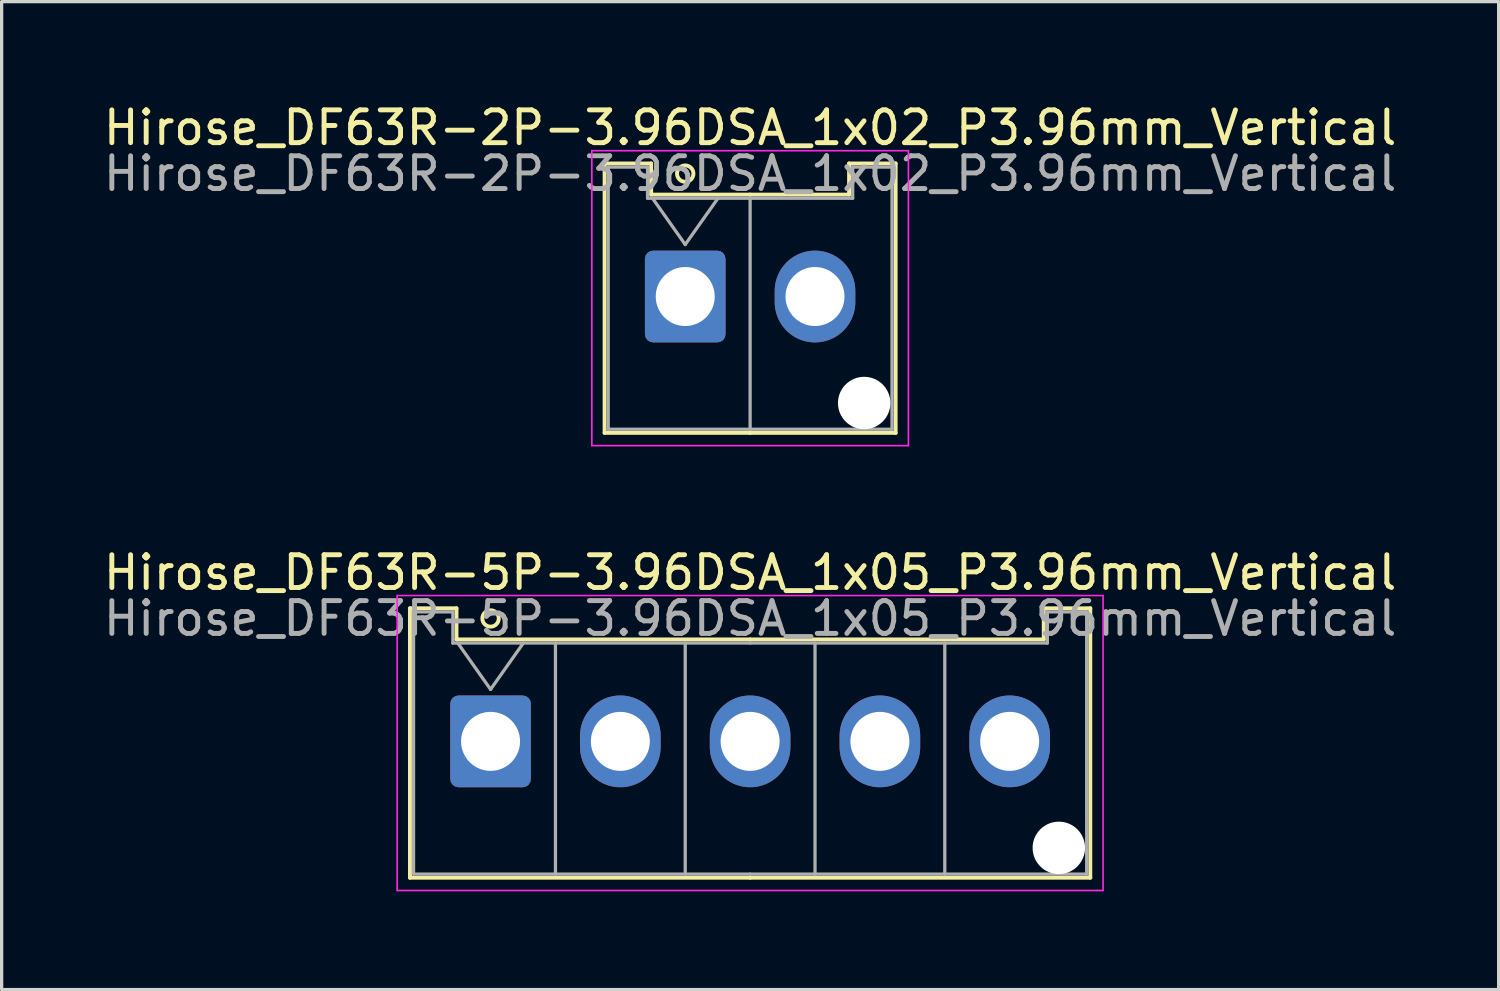
<source format=kicad_pcb>
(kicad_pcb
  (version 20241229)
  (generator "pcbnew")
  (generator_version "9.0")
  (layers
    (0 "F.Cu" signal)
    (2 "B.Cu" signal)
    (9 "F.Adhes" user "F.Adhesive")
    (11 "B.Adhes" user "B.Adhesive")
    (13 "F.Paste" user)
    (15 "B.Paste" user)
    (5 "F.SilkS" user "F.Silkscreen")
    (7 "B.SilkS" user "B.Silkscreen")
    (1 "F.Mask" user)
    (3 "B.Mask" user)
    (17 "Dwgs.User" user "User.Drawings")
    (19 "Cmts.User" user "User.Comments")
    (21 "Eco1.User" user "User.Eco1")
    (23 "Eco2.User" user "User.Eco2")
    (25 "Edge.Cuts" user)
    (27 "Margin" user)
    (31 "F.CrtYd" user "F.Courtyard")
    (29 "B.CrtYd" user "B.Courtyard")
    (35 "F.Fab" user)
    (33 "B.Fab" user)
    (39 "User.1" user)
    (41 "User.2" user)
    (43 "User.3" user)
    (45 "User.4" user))
  (footprint "Hirose_DF63R-2P-3.96DSA_1x02_P3.96mm_Vertical"
    (layer "F.Cu")
    (at 17.859 5.998)
    (property "Reference" "Hirose_DF63R-2P-3.96DSA_1x02_P3.96mm_Vertical" (at 1.98 -5.15 0) (layer "F.SilkS") (effects (font (size 1 1) (thickness 0.15))))
    (attr through_hole)
    (fp_line (start -2.46 -4.06) (end -1.04 -4.06) (stroke (width 0.12) (type solid)) (layer "F.SilkS"))
    (fp_line (start -2.46 4.16) (end -2.46 -4.06) (stroke (width 0.12) (type solid)) (layer "F.SilkS"))
    (fp_line (start -1.04 -4.06) (end -1.04 -3.11) (stroke (width 0.12) (type solid)) (layer "F.SilkS"))
    (fp_line (start -1.04 -3.11) (end 1.98 -3.11) (stroke (width 0.12) (type solid)) (layer "F.SilkS"))
    (fp_line (start 1.98 4.16) (end -2.46 4.16) (stroke (width 0.12) (type solid)) (layer "F.SilkS"))
    (fp_line (start 1.98 4.16) (end 6.42 4.16) (stroke (width 0.12) (type solid)) (layer "F.SilkS"))
    (fp_line (start 5 -4.06) (end 5 -3.11) (stroke (width 0.12) (type solid)) (layer "F.SilkS"))
    (fp_line (start 5 -3.11) (end 1.98 -3.11) (stroke (width 0.12) (type solid)) (layer "F.SilkS"))
    (fp_line (start 6.42 -4.06) (end 5 -4.06) (stroke (width 0.12) (type solid)) (layer "F.SilkS"))
    (fp_line (start 6.42 4.16) (end 6.42 -4.06) (stroke (width 0.12) (type solid)) (layer "F.SilkS"))
    (fp_circle (center 0 -3.75) (end 0.25 -3.75) (stroke (width 0.12) (type solid)) (fill no) (layer "F.SilkS"))
    (fp_line (start -2.85 -4.45) (end -2.85 4.55) (stroke (width 0.05) (type solid)) (layer "F.CrtYd"))
    (fp_line (start -2.85 4.55) (end 6.81 4.55) (stroke (width 0.05) (type solid)) (layer "F.CrtYd"))
    (fp_line (start 6.81 -4.45) (end -2.85 -4.45) (stroke (width 0.05) (type solid)) (layer "F.CrtYd"))
    (fp_line (start 6.81 4.55) (end 6.81 -4.45) (stroke (width 0.05) (type solid)) (layer "F.CrtYd"))
    (fp_line (start -2.35 -3.95) (end -1.15 -3.95) (stroke (width 0.1) (type solid)) (layer "F.Fab"))
    (fp_line (start -2.35 4.05) (end -2.35 -3.95) (stroke (width 0.1) (type solid)) (layer "F.Fab"))
    (fp_line (start -1.15 -3.95) (end -1.15 -3) (stroke (width 0.1) (type solid)) (layer "F.Fab"))
    (fp_line (start -1.15 -3) (end 1.98 -3) (stroke (width 0.1) (type solid)) (layer "F.Fab"))
    (fp_line (start -1 -3) (end 0 -1.586) (stroke (width 0.1) (type solid)) (layer "F.Fab"))
    (fp_line (start 0 -1.586) (end 1 -3) (stroke (width 0.1) (type solid)) (layer "F.Fab"))
    (fp_line (start 1.98 -3) (end 1.98 4.05) (stroke (width 0.1) (type solid)) (layer "F.Fab"))
    (fp_line (start 1.98 4.05) (end -2.35 4.05) (stroke (width 0.1) (type solid)) (layer "F.Fab"))
    (fp_line (start 1.98 4.05) (end 6.31 4.05) (stroke (width 0.1) (type solid)) (layer "F.Fab"))
    (fp_line (start 5.11 -3.95) (end 5.11 -3) (stroke (width 0.1) (type solid)) (layer "F.Fab"))
    (fp_line (start 5.11 -3) (end 1.98 -3) (stroke (width 0.1) (type solid)) (layer "F.Fab"))
    (fp_line (start 6.31 -3.95) (end 5.11 -3.95) (stroke (width 0.1) (type solid)) (layer "F.Fab"))
    (fp_line (start 6.31 4.05) (end 6.31 -3.95) (stroke (width 0.1) (type solid)) (layer "F.Fab"))
    (fp_text user "${REFERENCE}" (at 1.98 -3.75 0) (layer "F.Fab") (effects (font (size 1 1) (thickness 0.15))))
    (pad "" np_thru_hole circle (at 5.46 3.25) (size 1.6 1.6) (drill 1.6) (layers "*.Cu" "*.Mask"))
    (pad "1" thru_hole roundrect (at 0 0) (size 2.46 2.8) (drill 1.8) (layers "*.Cu" "*.Mask") (roundrect_rratio 0.102))
    (pad "2" thru_hole oval (at 3.96 0) (size 2.46 2.8) (drill 1.8) (layers "*.Cu" "*.Mask")))
  (footprint "Hirose_DF63R-5P-3.96DSA_1x05_P3.96mm_Vertical"
    (layer "F.Cu")
    (at 11.919 19.572)
    (property "Reference" "Hirose_DF63R-5P-3.96DSA_1x05_P3.96mm_Vertical" (at 7.92 -5.15 0) (layer "F.SilkS") (effects (font (size 1 1) (thickness 0.15))))
    (attr through_hole)
    (fp_line (start -2.46 -4.06) (end -1.04 -4.06) (stroke (width 0.12) (type solid)) (layer "F.SilkS"))
    (fp_line (start -2.46 4.16) (end -2.46 -4.06) (stroke (width 0.12) (type solid)) (layer "F.SilkS"))
    (fp_line (start -1.04 -4.06) (end -1.04 -3.11) (stroke (width 0.12) (type solid)) (layer "F.SilkS"))
    (fp_line (start -1.04 -3.11) (end 7.92 -3.11) (stroke (width 0.12) (type solid)) (layer "F.SilkS"))
    (fp_line (start 7.92 4.16) (end -2.46 4.16) (stroke (width 0.12) (type solid)) (layer "F.SilkS"))
    (fp_line (start 7.92 4.16) (end 18.3 4.16) (stroke (width 0.12) (type solid)) (layer "F.SilkS"))
    (fp_line (start 16.88 -4.06) (end 16.88 -3.11) (stroke (width 0.12) (type solid)) (layer "F.SilkS"))
    (fp_line (start 16.88 -3.11) (end 7.92 -3.11) (stroke (width 0.12) (type solid)) (layer "F.SilkS"))
    (fp_line (start 18.3 -4.06) (end 16.88 -4.06) (stroke (width 0.12) (type solid)) (layer "F.SilkS"))
    (fp_line (start 18.3 4.16) (end 18.3 -4.06) (stroke (width 0.12) (type solid)) (layer "F.SilkS"))
    (fp_circle (center 0 -3.75) (end 0.25 -3.75) (stroke (width 0.12) (type solid)) (fill no) (layer "F.SilkS"))
    (fp_line (start -2.85 -4.45) (end -2.85 4.55) (stroke (width 0.05) (type solid)) (layer "F.CrtYd"))
    (fp_line (start -2.85 4.55) (end 18.69 4.55) (stroke (width 0.05) (type solid)) (layer "F.CrtYd"))
    (fp_line (start 18.69 -4.45) (end -2.85 -4.45) (stroke (width 0.05) (type solid)) (layer "F.CrtYd"))
    (fp_line (start 18.69 4.55) (end 18.69 -4.45) (stroke (width 0.05) (type solid)) (layer "F.CrtYd"))
    (fp_line (start -2.35 -3.95) (end -1.15 -3.95) (stroke (width 0.1) (type solid)) (layer "F.Fab"))
    (fp_line (start -2.35 4.05) (end -2.35 -3.95) (stroke (width 0.1) (type solid)) (layer "F.Fab"))
    (fp_line (start -1.15 -3.95) (end -1.15 -3) (stroke (width 0.1) (type solid)) (layer "F.Fab"))
    (fp_line (start -1.15 -3) (end 7.92 -3) (stroke (width 0.1) (type solid)) (layer "F.Fab"))
    (fp_line (start -1 -3) (end 0 -1.586) (stroke (width 0.1) (type solid)) (layer "F.Fab"))
    (fp_line (start 0 -1.586) (end 1 -3) (stroke (width 0.1) (type solid)) (layer "F.Fab"))
    (fp_line (start 1.98 -3) (end 1.98 4.05) (stroke (width 0.1) (type solid)) (layer "F.Fab"))
    (fp_line (start 5.94 -3) (end 5.94 4.05) (stroke (width 0.1) (type solid)) (layer "F.Fab"))
    (fp_line (start 7.92 4.05) (end -2.35 4.05) (stroke (width 0.1) (type solid)) (layer "F.Fab"))
    (fp_line (start 7.92 4.05) (end 18.19 4.05) (stroke (width 0.1) (type solid)) (layer "F.Fab"))
    (fp_line (start 9.9 -3) (end 9.9 4.05) (stroke (width 0.1) (type solid)) (layer "F.Fab"))
    (fp_line (start 13.86 -3) (end 13.86 4.05) (stroke (width 0.1) (type solid)) (layer "F.Fab"))
    (fp_line (start 16.99 -3.95) (end 16.99 -3) (stroke (width 0.1) (type solid)) (layer "F.Fab"))
    (fp_line (start 16.99 -3) (end 7.92 -3) (stroke (width 0.1) (type solid)) (layer "F.Fab"))
    (fp_line (start 18.19 -3.95) (end 16.99 -3.95) (stroke (width 0.1) (type solid)) (layer "F.Fab"))
    (fp_line (start 18.19 4.05) (end 18.19 -3.95) (stroke (width 0.1) (type solid)) (layer "F.Fab"))
    (fp_text user "${REFERENCE}" (at 7.92 -3.75 0) (layer "F.Fab") (effects (font (size 1 1) (thickness 0.15))))
    (pad "" np_thru_hole circle (at 17.34 3.25) (size 1.6 1.6) (drill 1.6) (layers "*.Cu" "*.Mask"))
    (pad "1" thru_hole roundrect (at 0 0) (size 2.46 2.8) (drill 1.8) (layers "*.Cu" "*.Mask") (roundrect_rratio 0.102))
    (pad "2" thru_hole oval (at 3.96 0) (size 2.46 2.8) (drill 1.8) (layers "*.Cu" "*.Mask"))
    (pad "3" thru_hole oval (at 7.92 0) (size 2.46 2.8) (drill 1.8) (layers "*.Cu" "*.Mask"))
    (pad "4" thru_hole oval (at 11.88 0) (size 2.46 2.8) (drill 1.8) (layers "*.Cu" "*.Mask"))
    (pad "5" thru_hole oval (at 15.84 0) (size 2.46 2.8) (drill 1.8) (layers "*.Cu" "*.Mask")))
  (gr_rect
    (start -3 -3)
    (end 42.679 27.146)
    (stroke (width 0.1) (type default))
    (fill no)
    (layer "Edge.Cuts")))
</source>
